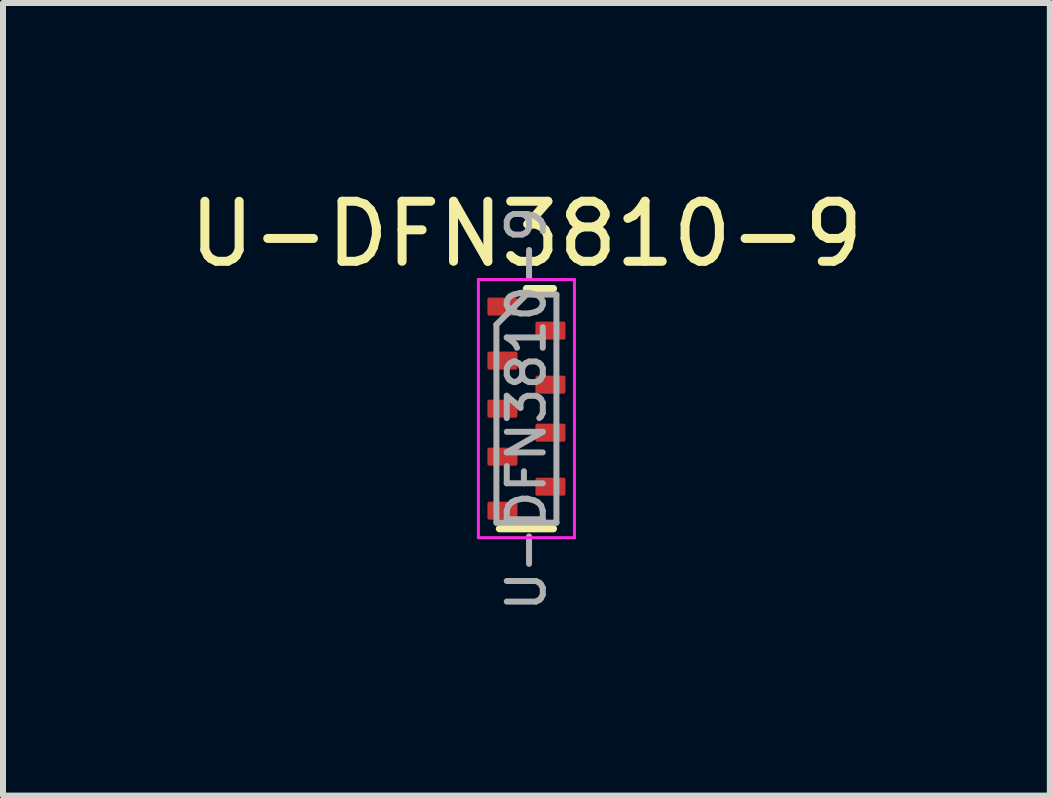
<source format=kicad_pcb>
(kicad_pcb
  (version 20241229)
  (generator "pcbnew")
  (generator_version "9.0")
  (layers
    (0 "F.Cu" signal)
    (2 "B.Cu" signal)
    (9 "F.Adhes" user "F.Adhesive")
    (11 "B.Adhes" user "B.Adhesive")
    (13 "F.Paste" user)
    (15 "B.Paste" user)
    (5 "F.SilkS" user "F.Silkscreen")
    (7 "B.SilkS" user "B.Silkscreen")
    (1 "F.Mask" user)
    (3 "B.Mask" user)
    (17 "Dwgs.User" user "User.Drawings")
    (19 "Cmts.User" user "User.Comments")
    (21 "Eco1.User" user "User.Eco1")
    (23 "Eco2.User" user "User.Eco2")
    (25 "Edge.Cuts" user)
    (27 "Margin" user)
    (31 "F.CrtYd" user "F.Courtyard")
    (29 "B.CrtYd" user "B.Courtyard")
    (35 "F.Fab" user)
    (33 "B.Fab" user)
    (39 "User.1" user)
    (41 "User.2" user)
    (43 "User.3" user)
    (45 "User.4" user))
  (footprint "U-DFN3810-9"
    (layer "F.Cu")
    (at 5.72 3.758)
    (property "Reference" "U-DFN3810-9" (at 0 -2.91 0) (layer "F.SilkS") (effects (font (size 1 1) (thickness 0.15))))
    (attr smd)
    (fp_line (start -0.45 2) (end 0.45 2) (stroke (width 0.12) (type solid)) (layer "F.SilkS"))
    (fp_line (start 0.45 -2) (end 0 -2) (stroke (width 0.12) (type solid)) (layer "F.SilkS"))
    (fp_line (start -0.8 -2.15) (end -0.8 2.15) (stroke (width 0.05) (type solid)) (layer "F.CrtYd"))
    (fp_line (start -0.8 2.15) (end 0.8 2.15) (stroke (width 0.05) (type solid)) (layer "F.CrtYd"))
    (fp_line (start 0.8 -2.15) (end -0.8 -2.15) (stroke (width 0.05) (type solid)) (layer "F.CrtYd"))
    (fp_line (start 0.8 2.15) (end 0.8 -2.15) (stroke (width 0.05) (type solid)) (layer "F.CrtYd"))
    (fp_line (start -0.5 -1.4) (end -0.5 1.9) (stroke (width 0.1) (type solid)) (layer "F.Fab"))
    (fp_line (start -0.5 1.9) (end 0.5 1.9) (stroke (width 0.1) (type solid)) (layer "F.Fab"))
    (fp_line (start 0 -1.9) (end -0.5 -1.4) (stroke (width 0.1) (type solid)) (layer "F.Fab"))
    (fp_line (start 0.5 -1.9) (end 0 -1.9) (stroke (width 0.1) (type solid)) (layer "F.Fab"))
    (fp_line (start 0.5 1.9) (end 0.5 -1.9) (stroke (width 0.1) (type solid)) (layer "F.Fab"))
    (fp_text user "${REFERENCE}" (at 0 0 90) (layer "F.Fab") (effects (font (size 0.6 0.6) (thickness 0.1))))
    (pad "1" smd roundrect (at -0.4 -1.7) (size 0.5 0.3) (layers "F.Cu" "F.Mask" "F.Paste") (roundrect_rratio 0.1))
    (pad "2" smd roundrect (at -0.4 -0.8) (size 0.5 0.3) (layers "F.Cu" "F.Mask" "F.Paste") (roundrect_rratio 0.1))
    (pad "3" smd roundrect (at -0.4 0) (size 0.5 0.3) (layers "F.Cu" "F.Mask" "F.Paste") (roundrect_rratio 0.1))
    (pad "4" smd roundrect (at -0.4 0.8) (size 0.5 0.3) (layers "F.Cu" "F.Mask" "F.Paste") (roundrect_rratio 0.1))
    (pad "5" smd roundrect (at -0.4 1.7) (size 0.5 0.3) (layers "F.Cu" "F.Mask" "F.Paste") (roundrect_rratio 0.1))
    (pad "6" smd roundrect (at 0.4 1.3) (size 0.5 0.3) (layers "F.Cu" "F.Mask" "F.Paste") (roundrect_rratio 0.1))
    (pad "7" smd roundrect (at 0.4 0.4) (size 0.5 0.3) (layers "F.Cu" "F.Mask" "F.Paste") (roundrect_rratio 0.1))
    (pad "8" smd roundrect (at 0.4 -0.4) (size 0.5 0.3) (layers "F.Cu" "F.Mask" "F.Paste") (roundrect_rratio 0.1))
    (pad "9" smd roundrect (at 0.4 -1.3) (size 0.5 0.3) (layers "F.Cu" "F.Mask" "F.Paste") (roundrect_rratio 0.1)))
  (gr_rect
    (start -3 -3)
    (end 14.44 10.205)
    (stroke (width 0.1) (type default))
    (fill no)
    (layer "Edge.Cuts")))
</source>
